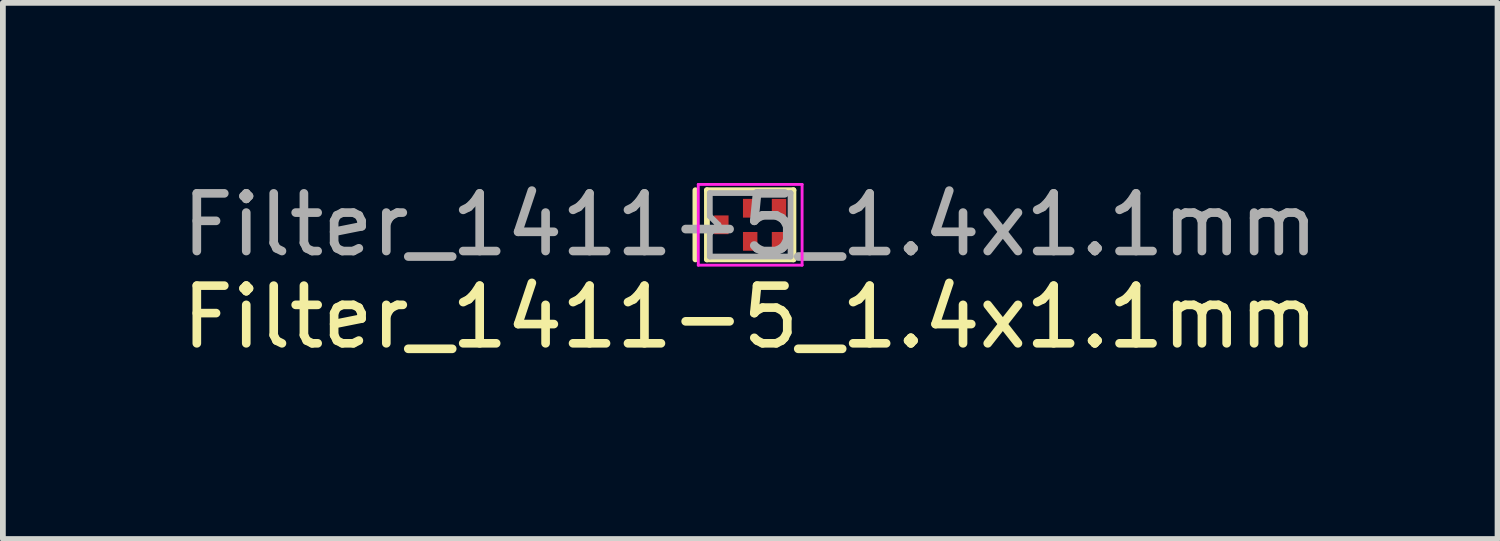
<source format=kicad_pcb>
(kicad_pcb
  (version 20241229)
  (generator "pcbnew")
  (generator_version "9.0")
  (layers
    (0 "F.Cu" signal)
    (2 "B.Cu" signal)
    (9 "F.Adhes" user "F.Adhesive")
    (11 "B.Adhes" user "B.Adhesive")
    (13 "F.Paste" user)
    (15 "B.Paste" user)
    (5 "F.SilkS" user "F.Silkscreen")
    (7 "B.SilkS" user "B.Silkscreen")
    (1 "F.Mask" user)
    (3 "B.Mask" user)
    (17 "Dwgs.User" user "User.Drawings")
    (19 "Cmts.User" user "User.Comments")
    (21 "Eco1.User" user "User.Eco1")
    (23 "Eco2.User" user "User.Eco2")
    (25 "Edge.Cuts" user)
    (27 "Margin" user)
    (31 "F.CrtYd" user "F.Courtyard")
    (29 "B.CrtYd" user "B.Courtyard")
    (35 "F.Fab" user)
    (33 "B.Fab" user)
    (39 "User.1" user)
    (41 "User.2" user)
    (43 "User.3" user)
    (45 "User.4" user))
  (footprint "Filter_1411-5_1.4x1.1mm"
    (layer "F.Cu")
    (at 9.958 0.848)
    (property "Reference" "Filter_1411-5_1.4x1.1mm" (at 0 1.6 0) (layer "F.SilkS") (effects (font (size 1 1) (thickness 0.15))))
    (attr smd)
    (fp_line (start -0.95 -0.6) (end -0.95 0.6) (stroke (width 0.1) (type solid)) (layer "F.SilkS"))
    (fp_line (start -0.75 -0.6) (end -0.75 0.6) (stroke (width 0.1) (type solid)) (layer "F.SilkS"))
    (fp_line (start -0.75 0.6) (end 0.75 0.6) (stroke (width 0.1) (type solid)) (layer "F.SilkS"))
    (fp_line (start 0.75 -0.6) (end -0.75 -0.6) (stroke (width 0.1) (type solid)) (layer "F.SilkS"))
    (fp_line (start 0.75 0.6) (end 0.75 -0.6) (stroke (width 0.1) (type solid)) (layer "F.SilkS"))
    (fp_line (start -0.9 -0.7) (end 0.9 -0.7) (stroke (width 0.05) (type solid)) (layer "F.CrtYd"))
    (fp_line (start -0.9 0.7) (end -0.9 -0.7) (stroke (width 0.05) (type solid)) (layer "F.CrtYd"))
    (fp_line (start 0.9 -0.7) (end 0.9 0.7) (stroke (width 0.05) (type solid)) (layer "F.CrtYd"))
    (fp_line (start 0.9 0.7) (end -0.9 0.7) (stroke (width 0.05) (type solid)) (layer "F.CrtYd"))
    (fp_line (start -0.7 -0.55) (end -0.7 -0.15) (stroke (width 0.1) (type solid)) (layer "F.Fab"))
    (fp_line (start -0.7 -0.55) (end 0.7 -0.55) (stroke (width 0.1) (type solid)) (layer "F.Fab"))
    (fp_line (start -0.7 -0.15) (end -0.55 0) (stroke (width 0.1) (type solid)) (layer "F.Fab"))
    (fp_line (start -0.7 0.15) (end -0.7 0.55) (stroke (width 0.1) (type solid)) (layer "F.Fab"))
    (fp_line (start -0.55 0) (end -0.7 0.15) (stroke (width 0.1) (type solid)) (layer "F.Fab"))
    (fp_line (start 0.7 -0.55) (end 0.7 0.55) (stroke (width 0.1) (type solid)) (layer "F.Fab"))
    (fp_line (start 0.7 0.55) (end -0.7 0.55) (stroke (width 0.1) (type solid)) (layer "F.Fab"))
    (fp_text user "${REFERENCE}" (at 0 0 0) (layer "F.Fab") (effects (font (size 1 1) (thickness 0.15))))
    (pad "1" smd rect (at -0.5 0 90) (size 0.325 0.25) (layers "F.Cu" "F.Mask" "F.Paste"))
    (pad "2" smd rect (at 0 0.287 90) (size 0.325 0.25) (layers "F.Cu" "F.Mask" "F.Paste"))
    (pad "3" smd rect (at 0.5 0.287 90) (size 0.325 0.25) (layers "F.Cu" "F.Mask" "F.Paste"))
    (pad "4" smd rect (at 0.5 -0.287 90) (size 0.325 0.25) (layers "F.Cu" "F.Mask" "F.Paste"))
    (pad "5" smd rect (at 0 -0.287 90) (size 0.325 0.25) (layers "F.Cu" "F.Mask" "F.Paste")))
  (gr_rect
    (start -3 -3)
    (end 22.917 6.296)
    (stroke (width 0.1) (type default))
    (fill no)
    (layer "Edge.Cuts")))
</source>
